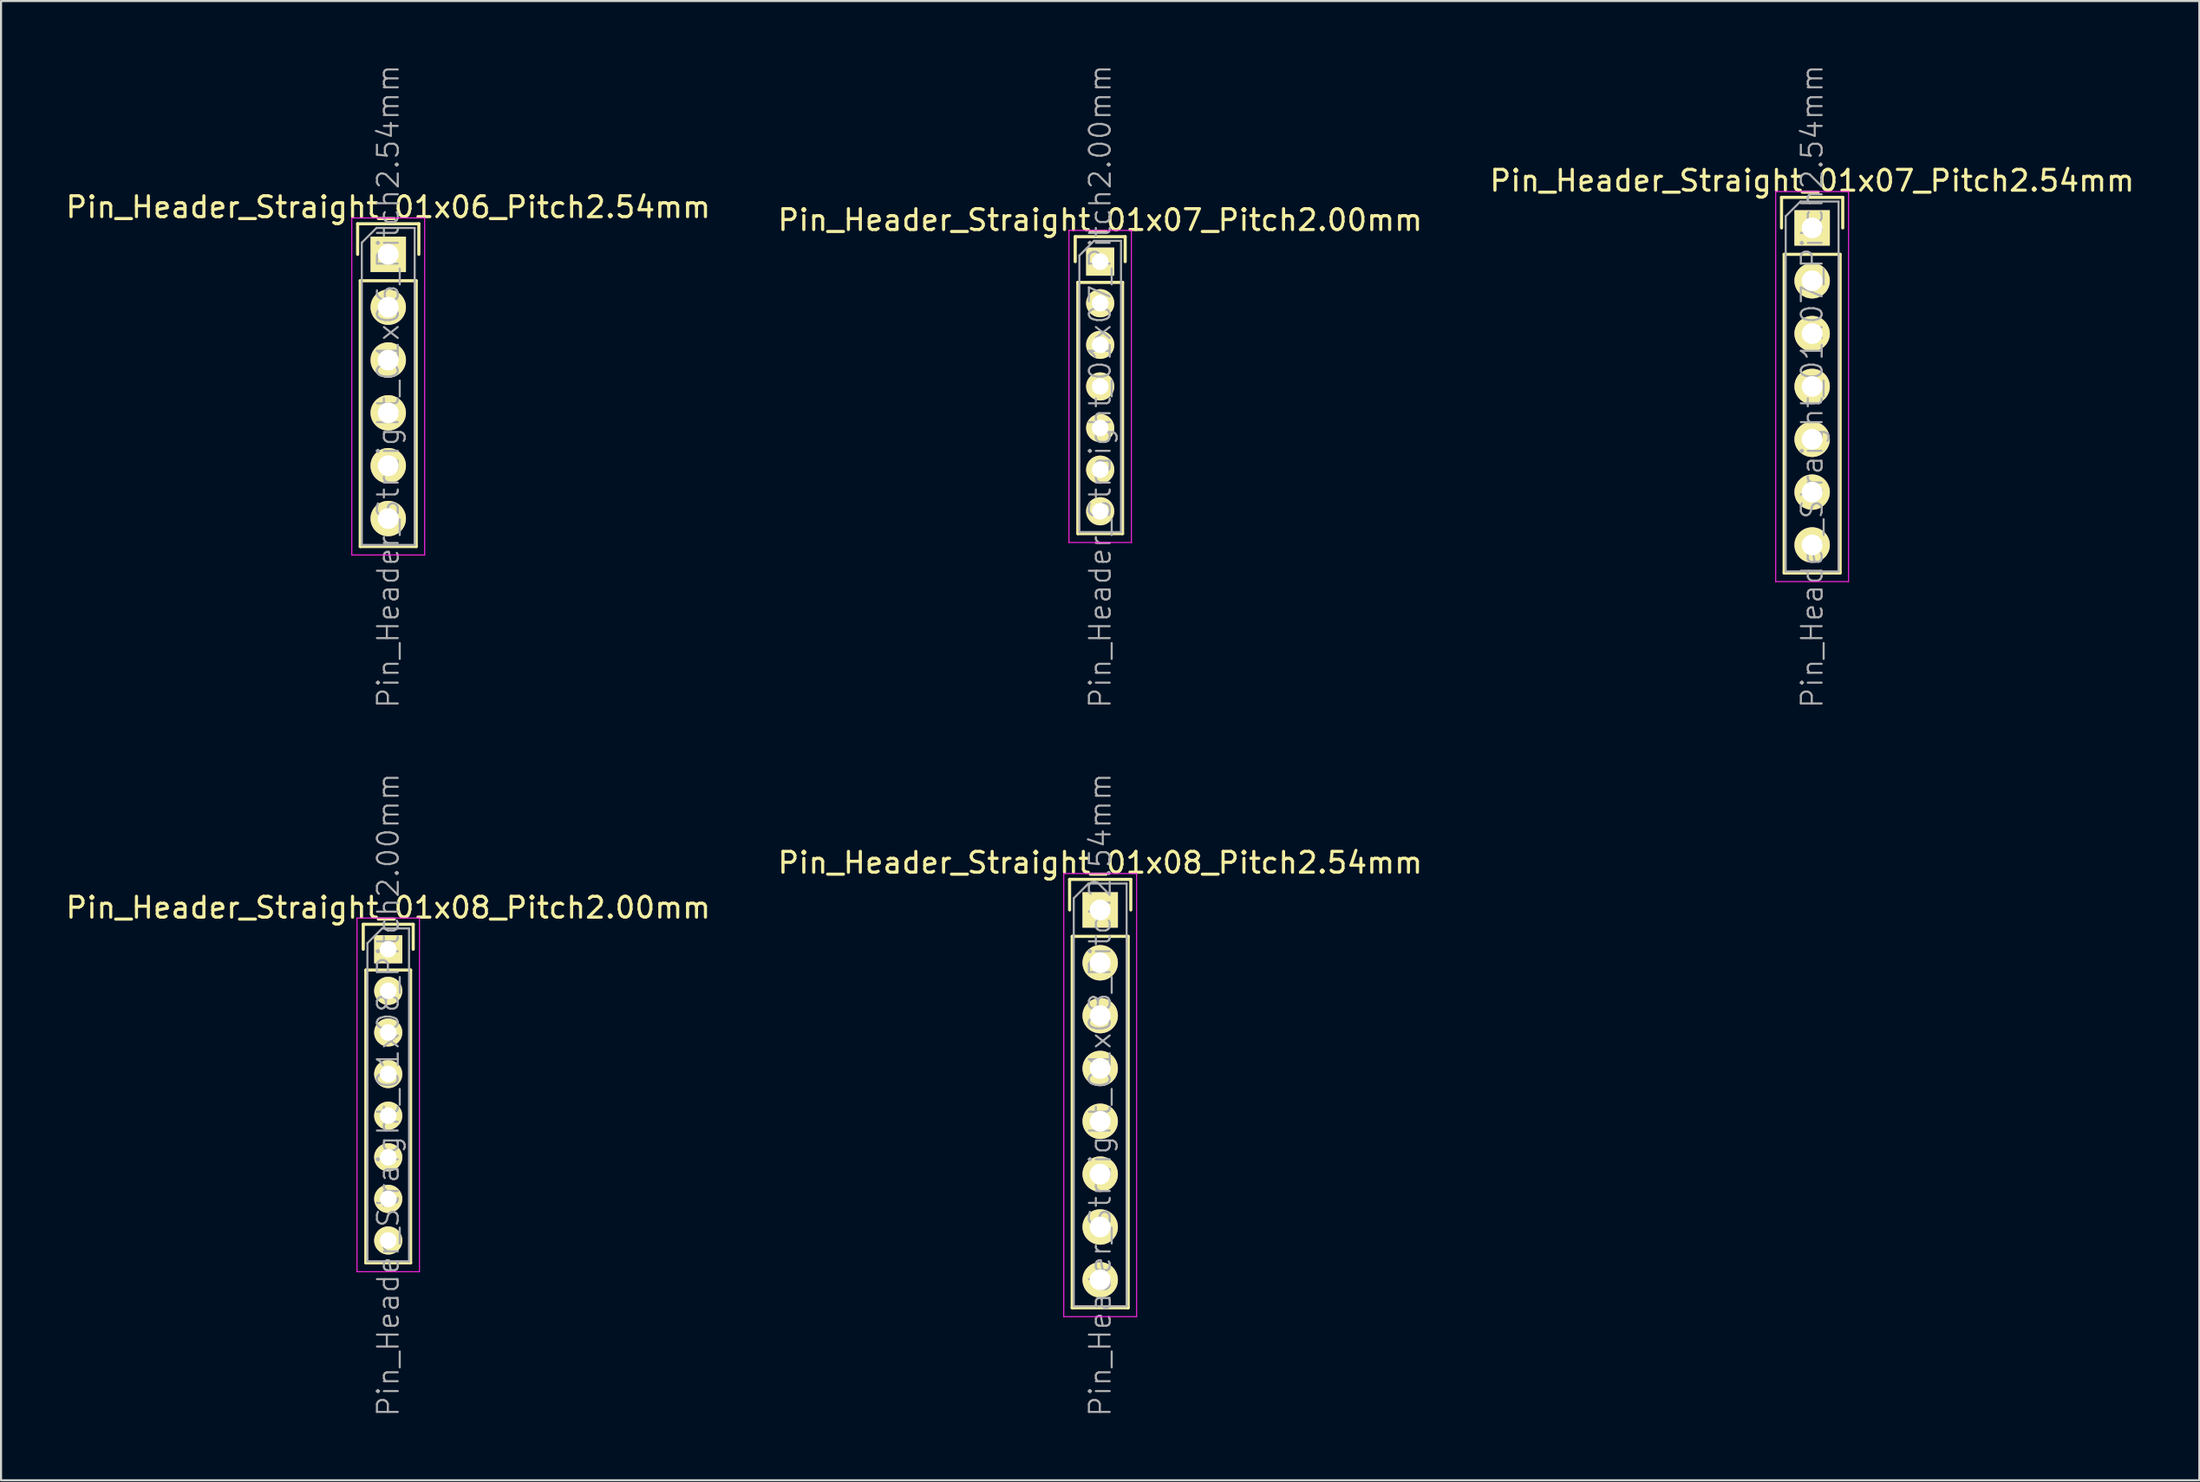
<source format=kicad_pcb>
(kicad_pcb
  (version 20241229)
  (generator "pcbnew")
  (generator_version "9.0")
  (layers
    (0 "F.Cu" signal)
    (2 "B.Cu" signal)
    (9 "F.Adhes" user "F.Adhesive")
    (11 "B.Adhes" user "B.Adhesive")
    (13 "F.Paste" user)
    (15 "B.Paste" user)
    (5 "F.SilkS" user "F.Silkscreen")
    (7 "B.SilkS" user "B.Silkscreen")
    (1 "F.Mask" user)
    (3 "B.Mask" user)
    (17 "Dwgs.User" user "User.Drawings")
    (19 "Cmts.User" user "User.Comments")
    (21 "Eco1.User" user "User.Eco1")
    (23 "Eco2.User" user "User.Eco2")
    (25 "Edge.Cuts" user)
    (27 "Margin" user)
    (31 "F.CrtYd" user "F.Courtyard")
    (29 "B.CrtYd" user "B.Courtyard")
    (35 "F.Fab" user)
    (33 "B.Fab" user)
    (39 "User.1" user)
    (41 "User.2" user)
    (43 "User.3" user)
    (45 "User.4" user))
  (footprint "Pin_Header_Straight_01x08_Pitch2.54mm"
    (layer "F.Cu")
    (at 49.804 40.689)
    (property "Reference" "Pin_Header_Straight_01x08_Pitch2.54mm" (at 0 -2.27 0) (layer "F.SilkS") (effects (font (size 1 1) (thickness 0.15))))
    (attr smd)
    (fp_line (start -1.47 -1.47) (end -1.47 0) (stroke (width 0.15) (type solid)) (layer "F.SilkS"))
    (fp_line (start -1.47 -1.47) (end 1.47 -1.47) (stroke (width 0.15) (type solid)) (layer "F.SilkS"))
    (fp_line (start -1.345 1.27) (end -1.345 19.125) (stroke (width 0.15) (type solid)) (layer "F.SilkS"))
    (fp_line (start -1.345 1.27) (end 1.345 1.27) (stroke (width 0.15) (type solid)) (layer "F.SilkS"))
    (fp_line (start -1.345 19.125) (end 1.345 19.125) (stroke (width 0.15) (type solid)) (layer "F.SilkS"))
    (fp_line (start 1.345 1.27) (end 1.345 19.125) (stroke (width 0.15) (type solid)) (layer "F.SilkS"))
    (fp_line (start 1.47 -1.47) (end 1.47 0) (stroke (width 0.15) (type solid)) (layer "F.SilkS"))
    (fp_line (start -1.75 -1.75) (end -1.75 19.55) (stroke (width 0.05) (type solid)) (layer "F.CrtYd"))
    (fp_line (start 1.75 -1.75) (end -1.75 -1.75) (stroke (width 0.05) (type solid)) (layer "F.CrtYd"))
    (fp_line (start 1.75 -1.75) (end 1.75 19.55) (stroke (width 0.05) (type solid)) (layer "F.CrtYd"))
    (fp_line (start 1.75 19.55) (end -1.75 19.55) (stroke (width 0.05) (type solid)) (layer "F.CrtYd"))
    (fp_line (start -1.27 -0.563) (end -0.563 -1.27) (stroke (width 0.1) (type solid)) (layer "F.Fab"))
    (fp_line (start -1.27 19.05) (end -1.27 -0.563) (stroke (width 0.1) (type solid)) (layer "F.Fab"))
    (fp_line (start 1.27 -1.27) (end -0.563 -1.27) (stroke (width 0.1) (type solid)) (layer "F.Fab"))
    (fp_line (start 1.27 19.05) (end -1.27 19.05) (stroke (width 0.1) (type solid)) (layer "F.Fab"))
    (fp_line (start 1.27 19.05) (end 1.27 -1.27) (stroke (width 0.1) (type solid)) (layer "F.Fab"))
    (fp_text user "${REFERENCE}" (at 0 8.89 90) (layer "F.Fab") (effects (font (size 1 1) (thickness 0.1))))
    (pad "1" thru_hole rect (at 0 0) (size 1.7 1.7) (drill 1) (layers "*.Cu" "*.Mask" "F.SilkS"))
    (pad "2" thru_hole oval (at 0 2.54) (size 1.7 1.7) (drill 1) (layers "*.Cu" "*.Mask" "F.SilkS"))
    (pad "3" thru_hole oval (at 0 5.08) (size 1.7 1.7) (drill 1) (layers "*.Cu" "*.Mask" "F.SilkS"))
    (pad "4" thru_hole oval (at 0 7.62) (size 1.7 1.7) (drill 1) (layers "*.Cu" "*.Mask" "F.SilkS"))
    (pad "5" thru_hole oval (at 0 10.16) (size 1.7 1.7) (drill 1) (layers "*.Cu" "*.Mask" "F.SilkS"))
    (pad "6" thru_hole oval (at 0 12.7) (size 1.7 1.7) (drill 1) (layers "*.Cu" "*.Mask" "F.SilkS"))
    (pad "7" thru_hole oval (at 0 15.24) (size 1.7 1.7) (drill 1) (layers "*.Cu" "*.Mask" "F.SilkS"))
    (pad "8" thru_hole oval (at 0 17.78) (size 1.7 1.7) (drill 1) (layers "*.Cu" "*.Mask" "F.SilkS")))
  (footprint "Pin_Header_Straight_01x07_Pitch2.54mm"
    (layer "F.Cu")
    (at 84.006 7.906)
    (property "Reference" "Pin_Header_Straight_01x07_Pitch2.54mm" (at 0 -2.27 0) (layer "F.SilkS") (effects (font (size 1 1) (thickness 0.15))))
    (attr smd)
    (fp_line (start -1.47 -1.47) (end -1.47 0) (stroke (width 0.15) (type solid)) (layer "F.SilkS"))
    (fp_line (start -1.47 -1.47) (end 1.47 -1.47) (stroke (width 0.15) (type solid)) (layer "F.SilkS"))
    (fp_line (start -1.345 1.27) (end -1.345 16.585) (stroke (width 0.15) (type solid)) (layer "F.SilkS"))
    (fp_line (start -1.345 1.27) (end 1.345 1.27) (stroke (width 0.15) (type solid)) (layer "F.SilkS"))
    (fp_line (start -1.345 16.585) (end 1.345 16.585) (stroke (width 0.15) (type solid)) (layer "F.SilkS"))
    (fp_line (start 1.345 1.27) (end 1.345 16.585) (stroke (width 0.15) (type solid)) (layer "F.SilkS"))
    (fp_line (start 1.47 -1.47) (end 1.47 0) (stroke (width 0.15) (type solid)) (layer "F.SilkS"))
    (fp_line (start -1.75 -1.75) (end -1.75 17) (stroke (width 0.05) (type solid)) (layer "F.CrtYd"))
    (fp_line (start 1.75 -1.75) (end -1.75 -1.75) (stroke (width 0.05) (type solid)) (layer "F.CrtYd"))
    (fp_line (start 1.75 -1.75) (end 1.75 17) (stroke (width 0.05) (type solid)) (layer "F.CrtYd"))
    (fp_line (start 1.75 17) (end -1.75 17) (stroke (width 0.05) (type solid)) (layer "F.CrtYd"))
    (fp_line (start -1.27 -0.563) (end -0.563 -1.27) (stroke (width 0.1) (type solid)) (layer "F.Fab"))
    (fp_line (start -1.27 16.51) (end -1.27 -0.563) (stroke (width 0.1) (type solid)) (layer "F.Fab"))
    (fp_line (start 1.27 -1.27) (end -0.563 -1.27) (stroke (width 0.1) (type solid)) (layer "F.Fab"))
    (fp_line (start 1.27 16.51) (end -1.27 16.51) (stroke (width 0.1) (type solid)) (layer "F.Fab"))
    (fp_line (start 1.27 16.51) (end 1.27 -1.27) (stroke (width 0.1) (type solid)) (layer "F.Fab"))
    (fp_text user "${REFERENCE}" (at 0 7.62 90) (layer "F.Fab") (effects (font (size 1 1) (thickness 0.1))))
    (pad "1" thru_hole rect (at 0 0) (size 1.7 1.7) (drill 1) (layers "*.Cu" "*.Mask" "F.SilkS"))
    (pad "2" thru_hole oval (at 0 2.54) (size 1.7 1.7) (drill 1) (layers "*.Cu" "*.Mask" "F.SilkS"))
    (pad "3" thru_hole oval (at 0 5.08) (size 1.7 1.7) (drill 1) (layers "*.Cu" "*.Mask" "F.SilkS"))
    (pad "4" thru_hole oval (at 0 7.62) (size 1.7 1.7) (drill 1) (layers "*.Cu" "*.Mask" "F.SilkS"))
    (pad "5" thru_hole oval (at 0 10.16) (size 1.7 1.7) (drill 1) (layers "*.Cu" "*.Mask" "F.SilkS"))
    (pad "6" thru_hole oval (at 0 12.7) (size 1.7 1.7) (drill 1) (layers "*.Cu" "*.Mask" "F.SilkS"))
    (pad "7" thru_hole oval (at 0 15.24) (size 1.7 1.7) (drill 1) (layers "*.Cu" "*.Mask" "F.SilkS")))
  (footprint "Pin_Header_Straight_01x06_Pitch2.54mm"
    (layer "F.Cu")
    (at 15.601 9.176)
    (property "Reference" "Pin_Header_Straight_01x06_Pitch2.54mm" (at 0 -2.27 0) (layer "F.SilkS") (effects (font (size 1 1) (thickness 0.15))))
    (attr smd)
    (fp_line (start -1.47 -1.47) (end -1.47 0) (stroke (width 0.15) (type solid)) (layer "F.SilkS"))
    (fp_line (start -1.47 -1.47) (end 1.47 -1.47) (stroke (width 0.15) (type solid)) (layer "F.SilkS"))
    (fp_line (start -1.345 1.27) (end -1.345 14.045) (stroke (width 0.15) (type solid)) (layer "F.SilkS"))
    (fp_line (start -1.345 1.27) (end 1.345 1.27) (stroke (width 0.15) (type solid)) (layer "F.SilkS"))
    (fp_line (start -1.345 14.045) (end 1.345 14.045) (stroke (width 0.15) (type solid)) (layer "F.SilkS"))
    (fp_line (start 1.345 1.27) (end 1.345 14.045) (stroke (width 0.15) (type solid)) (layer "F.SilkS"))
    (fp_line (start 1.47 -1.47) (end 1.47 0) (stroke (width 0.15) (type solid)) (layer "F.SilkS"))
    (fp_line (start -1.75 -1.75) (end -1.75 14.45) (stroke (width 0.05) (type solid)) (layer "F.CrtYd"))
    (fp_line (start 1.75 -1.75) (end -1.75 -1.75) (stroke (width 0.05) (type solid)) (layer "F.CrtYd"))
    (fp_line (start 1.75 -1.75) (end 1.75 14.45) (stroke (width 0.05) (type solid)) (layer "F.CrtYd"))
    (fp_line (start 1.75 14.45) (end -1.75 14.45) (stroke (width 0.05) (type solid)) (layer "F.CrtYd"))
    (fp_line (start -1.27 -0.563) (end -0.563 -1.27) (stroke (width 0.1) (type solid)) (layer "F.Fab"))
    (fp_line (start -1.27 13.97) (end -1.27 -0.563) (stroke (width 0.1) (type solid)) (layer "F.Fab"))
    (fp_line (start 1.27 -1.27) (end -0.563 -1.27) (stroke (width 0.1) (type solid)) (layer "F.Fab"))
    (fp_line (start 1.27 13.97) (end -1.27 13.97) (stroke (width 0.1) (type solid)) (layer "F.Fab"))
    (fp_line (start 1.27 13.97) (end 1.27 -1.27) (stroke (width 0.1) (type solid)) (layer "F.Fab"))
    (fp_text user "${REFERENCE}" (at 0 6.35 90) (layer "F.Fab") (effects (font (size 1 1) (thickness 0.1))))
    (pad "1" thru_hole rect (at 0 0) (size 1.7 1.7) (drill 1) (layers "*.Cu" "*.Mask" "F.SilkS"))
    (pad "2" thru_hole oval (at 0 2.54) (size 1.7 1.7) (drill 1) (layers "*.Cu" "*.Mask" "F.SilkS"))
    (pad "3" thru_hole oval (at 0 5.08) (size 1.7 1.7) (drill 1) (layers "*.Cu" "*.Mask" "F.SilkS"))
    (pad "4" thru_hole oval (at 0 7.62) (size 1.7 1.7) (drill 1) (layers "*.Cu" "*.Mask" "F.SilkS"))
    (pad "5" thru_hole oval (at 0 10.16) (size 1.7 1.7) (drill 1) (layers "*.Cu" "*.Mask" "F.SilkS"))
    (pad "6" thru_hole oval (at 0 12.7) (size 1.7 1.7) (drill 1) (layers "*.Cu" "*.Mask" "F.SilkS")))
  (footprint "Pin_Header_Straight_01x08_Pitch2.00mm"
    (layer "F.Cu")
    (at 15.601 42.579)
    (property "Reference" "Pin_Header_Straight_01x08_Pitch2.00mm" (at 0 -2 0) (layer "F.SilkS") (effects (font (size 1 1) (thickness 0.15))))
    (attr smd)
    (fp_line (start -1.2 -1.2) (end -1.2 0) (stroke (width 0.15) (type solid)) (layer "F.SilkS"))
    (fp_line (start -1.2 -1.2) (end 1.2 -1.2) (stroke (width 0.15) (type solid)) (layer "F.SilkS"))
    (fp_line (start -1.075 1) (end -1.075 15.075) (stroke (width 0.15) (type solid)) (layer "F.SilkS"))
    (fp_line (start -1.075 1) (end 1.075 1) (stroke (width 0.15) (type solid)) (layer "F.SilkS"))
    (fp_line (start -1.075 15.075) (end 1.075 15.075) (stroke (width 0.15) (type solid)) (layer "F.SilkS"))
    (fp_line (start 1.075 1) (end 1.075 15.075) (stroke (width 0.15) (type solid)) (layer "F.SilkS"))
    (fp_line (start 1.2 -1.2) (end 1.2 0) (stroke (width 0.15) (type solid)) (layer "F.SilkS"))
    (fp_line (start -1.5 -1.5) (end -1.5 15.5) (stroke (width 0.05) (type solid)) (layer "F.CrtYd"))
    (fp_line (start 1.5 -1.5) (end -1.5 -1.5) (stroke (width 0.05) (type solid)) (layer "F.CrtYd"))
    (fp_line (start 1.5 -1.5) (end 1.5 15.5) (stroke (width 0.05) (type solid)) (layer "F.CrtYd"))
    (fp_line (start 1.5 15.5) (end -1.5 15.5) (stroke (width 0.05) (type solid)) (layer "F.CrtYd"))
    (fp_line (start -1 -0.293) (end -0.293 -1) (stroke (width 0.1) (type solid)) (layer "F.Fab"))
    (fp_line (start -1 15) (end -1 -0.293) (stroke (width 0.1) (type solid)) (layer "F.Fab"))
    (fp_line (start 1 -1) (end -0.293 -1) (stroke (width 0.1) (type solid)) (layer "F.Fab"))
    (fp_line (start 1 15) (end -1 15) (stroke (width 0.1) (type solid)) (layer "F.Fab"))
    (fp_line (start 1 15) (end 1 -1) (stroke (width 0.1) (type solid)) (layer "F.Fab"))
    (fp_text user "${REFERENCE}" (at 0 7 90) (layer "F.Fab") (effects (font (size 1 1) (thickness 0.1))))
    (pad "1" thru_hole rect (at 0 0) (size 1.35 1.35) (drill 0.8) (layers "*.Cu" "*.Mask" "F.SilkS"))
    (pad "2" thru_hole oval (at 0 2) (size 1.35 1.35) (drill 0.8) (layers "*.Cu" "*.Mask" "F.SilkS"))
    (pad "3" thru_hole oval (at 0 4) (size 1.35 1.35) (drill 0.8) (layers "*.Cu" "*.Mask" "F.SilkS"))
    (pad "4" thru_hole oval (at 0 6) (size 1.35 1.35) (drill 0.8) (layers "*.Cu" "*.Mask" "F.SilkS"))
    (pad "5" thru_hole oval (at 0 8) (size 1.35 1.35) (drill 0.8) (layers "*.Cu" "*.Mask" "F.SilkS"))
    (pad "6" thru_hole oval (at 0 10) (size 1.35 1.35) (drill 0.8) (layers "*.Cu" "*.Mask" "F.SilkS"))
    (pad "7" thru_hole oval (at 0 12) (size 1.35 1.35) (drill 0.8) (layers "*.Cu" "*.Mask" "F.SilkS"))
    (pad "8" thru_hole oval (at 0 14) (size 1.35 1.35) (drill 0.8) (layers "*.Cu" "*.Mask" "F.SilkS")))
  (footprint "Pin_Header_Straight_01x07_Pitch2.00mm"
    (layer "F.Cu")
    (at 49.804 9.526)
    (property "Reference" "Pin_Header_Straight_01x07_Pitch2.00mm" (at 0 -2 0) (layer "F.SilkS") (effects (font (size 1 1) (thickness 0.15))))
    (attr smd)
    (fp_line (start -1.2 -1.2) (end -1.2 0) (stroke (width 0.15) (type solid)) (layer "F.SilkS"))
    (fp_line (start -1.2 -1.2) (end 1.2 -1.2) (stroke (width 0.15) (type solid)) (layer "F.SilkS"))
    (fp_line (start -1.075 1) (end -1.075 13.075) (stroke (width 0.15) (type solid)) (layer "F.SilkS"))
    (fp_line (start -1.075 1) (end 1.075 1) (stroke (width 0.15) (type solid)) (layer "F.SilkS"))
    (fp_line (start -1.075 13.075) (end 1.075 13.075) (stroke (width 0.15) (type solid)) (layer "F.SilkS"))
    (fp_line (start 1.075 1) (end 1.075 13.075) (stroke (width 0.15) (type solid)) (layer "F.SilkS"))
    (fp_line (start 1.2 -1.2) (end 1.2 0) (stroke (width 0.15) (type solid)) (layer "F.SilkS"))
    (fp_line (start -1.5 -1.5) (end -1.5 13.5) (stroke (width 0.05) (type solid)) (layer "F.CrtYd"))
    (fp_line (start 1.5 -1.5) (end -1.5 -1.5) (stroke (width 0.05) (type solid)) (layer "F.CrtYd"))
    (fp_line (start 1.5 -1.5) (end 1.5 13.5) (stroke (width 0.05) (type solid)) (layer "F.CrtYd"))
    (fp_line (start 1.5 13.5) (end -1.5 13.5) (stroke (width 0.05) (type solid)) (layer "F.CrtYd"))
    (fp_line (start -1 -0.293) (end -0.293 -1) (stroke (width 0.1) (type solid)) (layer "F.Fab"))
    (fp_line (start -1 13) (end -1 -0.293) (stroke (width 0.1) (type solid)) (layer "F.Fab"))
    (fp_line (start 1 -1) (end -0.293 -1) (stroke (width 0.1) (type solid)) (layer "F.Fab"))
    (fp_line (start 1 13) (end -1 13) (stroke (width 0.1) (type solid)) (layer "F.Fab"))
    (fp_line (start 1 13) (end 1 -1) (stroke (width 0.1) (type solid)) (layer "F.Fab"))
    (fp_text user "${REFERENCE}" (at 0 6 90) (layer "F.Fab") (effects (font (size 1 1) (thickness 0.1))))
    (pad "1" thru_hole rect (at 0 0) (size 1.35 1.35) (drill 0.8) (layers "*.Cu" "*.Mask" "F.SilkS"))
    (pad "2" thru_hole oval (at 0 2) (size 1.35 1.35) (drill 0.8) (layers "*.Cu" "*.Mask" "F.SilkS"))
    (pad "3" thru_hole oval (at 0 4) (size 1.35 1.35) (drill 0.8) (layers "*.Cu" "*.Mask" "F.SilkS"))
    (pad "4" thru_hole oval (at 0 6) (size 1.35 1.35) (drill 0.8) (layers "*.Cu" "*.Mask" "F.SilkS"))
    (pad "5" thru_hole oval (at 0 8) (size 1.35 1.35) (drill 0.8) (layers "*.Cu" "*.Mask" "F.SilkS"))
    (pad "6" thru_hole oval (at 0 10) (size 1.35 1.35) (drill 0.8) (layers "*.Cu" "*.Mask" "F.SilkS"))
    (pad "7" thru_hole oval (at 0 12) (size 1.35 1.35) (drill 0.8) (layers "*.Cu" "*.Mask" "F.SilkS")))
  (gr_rect
    (start -3 -3)
    (end 102.607 68.105)
    (stroke (width 0.1) (type default))
    (fill no)
    (layer "Edge.Cuts")))
</source>
